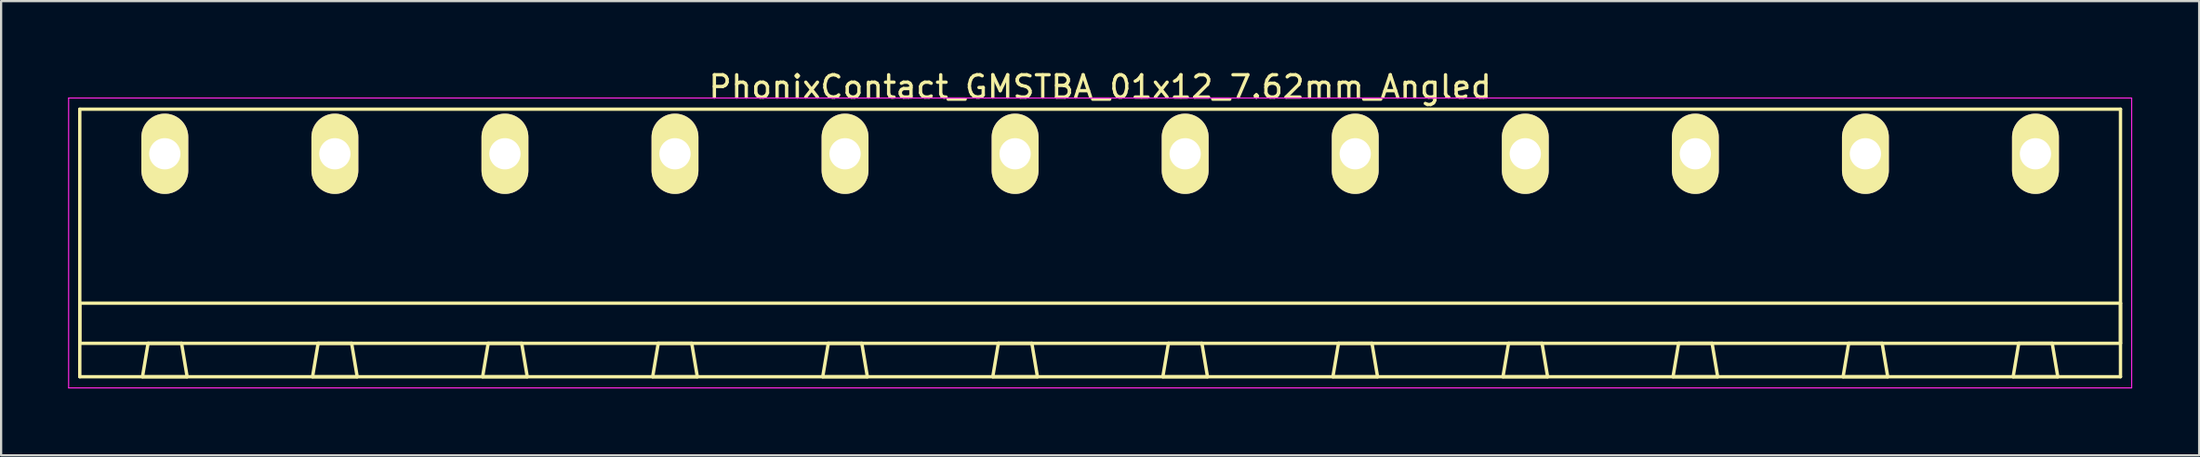
<source format=kicad_pcb>
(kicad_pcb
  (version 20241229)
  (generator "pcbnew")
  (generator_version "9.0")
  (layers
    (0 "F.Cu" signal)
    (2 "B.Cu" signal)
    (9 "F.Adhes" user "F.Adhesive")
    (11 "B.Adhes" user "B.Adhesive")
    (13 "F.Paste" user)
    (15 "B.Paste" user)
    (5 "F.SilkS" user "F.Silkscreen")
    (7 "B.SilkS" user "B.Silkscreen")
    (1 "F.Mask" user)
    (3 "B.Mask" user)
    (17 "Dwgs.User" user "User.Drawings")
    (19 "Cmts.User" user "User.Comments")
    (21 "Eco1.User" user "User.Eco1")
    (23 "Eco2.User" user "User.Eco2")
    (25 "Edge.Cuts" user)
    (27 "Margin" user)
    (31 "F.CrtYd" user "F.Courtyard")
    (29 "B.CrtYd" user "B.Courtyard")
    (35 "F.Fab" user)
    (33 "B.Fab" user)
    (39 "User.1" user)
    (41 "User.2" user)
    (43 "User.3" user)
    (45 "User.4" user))
  (footprint "PhonixContact_GMSTBA_01x12_7.62mm_Angled"
    (layer "F.Cu")
    (at 4.335 3.848)
    (property "Reference" "PhonixContact_GMSTBA_01x12_7.62mm_Angled" (at 41.91 -3 0) (layer "F.SilkS") (effects (font (size 1 1) (thickness 0.15))))
    (attr through_hole)
    (fp_line (start -3.81 -2) (end -3.81 10) (stroke (width 0.15) (type solid)) (layer "F.SilkS"))
    (fp_line (start -3.81 6.7) (end 87.63 6.7) (stroke (width 0.15) (type solid)) (layer "F.SilkS"))
    (fp_line (start -3.81 8.5) (end -3.81 6.7) (stroke (width 0.15) (type solid)) (layer "F.SilkS"))
    (fp_line (start -3.81 10) (end 87.63 10) (stroke (width 0.15) (type solid)) (layer "F.SilkS"))
    (fp_line (start -1 10) (end 1 10) (stroke (width 0.15) (type solid)) (layer "F.SilkS"))
    (fp_line (start -0.75 8.5) (end -1 10) (stroke (width 0.15) (type solid)) (layer "F.SilkS"))
    (fp_line (start 0.75 8.5) (end -0.75 8.5) (stroke (width 0.15) (type solid)) (layer "F.SilkS"))
    (fp_line (start 1 10) (end 0.75 8.5) (stroke (width 0.15) (type solid)) (layer "F.SilkS"))
    (fp_line (start 6.62 10) (end 8.62 10) (stroke (width 0.15) (type solid)) (layer "F.SilkS"))
    (fp_line (start 6.87 8.5) (end 6.62 10) (stroke (width 0.15) (type solid)) (layer "F.SilkS"))
    (fp_line (start 8.37 8.5) (end 6.87 8.5) (stroke (width 0.15) (type solid)) (layer "F.SilkS"))
    (fp_line (start 8.62 10) (end 8.37 8.5) (stroke (width 0.15) (type solid)) (layer "F.SilkS"))
    (fp_line (start 14.24 10) (end 16.24 10) (stroke (width 0.15) (type solid)) (layer "F.SilkS"))
    (fp_line (start 14.49 8.5) (end 14.24 10) (stroke (width 0.15) (type solid)) (layer "F.SilkS"))
    (fp_line (start 15.99 8.5) (end 14.49 8.5) (stroke (width 0.15) (type solid)) (layer "F.SilkS"))
    (fp_line (start 16.24 10) (end 15.99 8.5) (stroke (width 0.15) (type solid)) (layer "F.SilkS"))
    (fp_line (start 21.86 10) (end 23.86 10) (stroke (width 0.15) (type solid)) (layer "F.SilkS"))
    (fp_line (start 22.11 8.5) (end 21.86 10) (stroke (width 0.15) (type solid)) (layer "F.SilkS"))
    (fp_line (start 23.61 8.5) (end 22.11 8.5) (stroke (width 0.15) (type solid)) (layer "F.SilkS"))
    (fp_line (start 23.86 10) (end 23.61 8.5) (stroke (width 0.15) (type solid)) (layer "F.SilkS"))
    (fp_line (start 29.48 10) (end 31.48 10) (stroke (width 0.15) (type solid)) (layer "F.SilkS"))
    (fp_line (start 29.73 8.5) (end 29.48 10) (stroke (width 0.15) (type solid)) (layer "F.SilkS"))
    (fp_line (start 31.23 8.5) (end 29.73 8.5) (stroke (width 0.15) (type solid)) (layer "F.SilkS"))
    (fp_line (start 31.48 10) (end 31.23 8.5) (stroke (width 0.15) (type solid)) (layer "F.SilkS"))
    (fp_line (start 37.1 10) (end 39.1 10) (stroke (width 0.15) (type solid)) (layer "F.SilkS"))
    (fp_line (start 37.35 8.5) (end 37.1 10) (stroke (width 0.15) (type solid)) (layer "F.SilkS"))
    (fp_line (start 38.85 8.5) (end 37.35 8.5) (stroke (width 0.15) (type solid)) (layer "F.SilkS"))
    (fp_line (start 39.1 10) (end 38.85 8.5) (stroke (width 0.15) (type solid)) (layer "F.SilkS"))
    (fp_line (start 44.72 10) (end 46.72 10) (stroke (width 0.15) (type solid)) (layer "F.SilkS"))
    (fp_line (start 44.97 8.5) (end 44.72 10) (stroke (width 0.15) (type solid)) (layer "F.SilkS"))
    (fp_line (start 46.47 8.5) (end 44.97 8.5) (stroke (width 0.15) (type solid)) (layer "F.SilkS"))
    (fp_line (start 46.72 10) (end 46.47 8.5) (stroke (width 0.15) (type solid)) (layer "F.SilkS"))
    (fp_line (start 52.34 10) (end 54.34 10) (stroke (width 0.15) (type solid)) (layer "F.SilkS"))
    (fp_line (start 52.59 8.5) (end 52.34 10) (stroke (width 0.15) (type solid)) (layer "F.SilkS"))
    (fp_line (start 54.09 8.5) (end 52.59 8.5) (stroke (width 0.15) (type solid)) (layer "F.SilkS"))
    (fp_line (start 54.34 10) (end 54.09 8.5) (stroke (width 0.15) (type solid)) (layer "F.SilkS"))
    (fp_line (start 59.96 10) (end 61.96 10) (stroke (width 0.15) (type solid)) (layer "F.SilkS"))
    (fp_line (start 60.21 8.5) (end 59.96 10) (stroke (width 0.15) (type solid)) (layer "F.SilkS"))
    (fp_line (start 61.71 8.5) (end 60.21 8.5) (stroke (width 0.15) (type solid)) (layer "F.SilkS"))
    (fp_line (start 61.96 10) (end 61.71 8.5) (stroke (width 0.15) (type solid)) (layer "F.SilkS"))
    (fp_line (start 67.58 10) (end 69.58 10) (stroke (width 0.15) (type solid)) (layer "F.SilkS"))
    (fp_line (start 67.83 8.5) (end 67.58 10) (stroke (width 0.15) (type solid)) (layer "F.SilkS"))
    (fp_line (start 69.33 8.5) (end 67.83 8.5) (stroke (width 0.15) (type solid)) (layer "F.SilkS"))
    (fp_line (start 69.58 10) (end 69.33 8.5) (stroke (width 0.15) (type solid)) (layer "F.SilkS"))
    (fp_line (start 75.2 10) (end 77.2 10) (stroke (width 0.15) (type solid)) (layer "F.SilkS"))
    (fp_line (start 75.45 8.5) (end 75.2 10) (stroke (width 0.15) (type solid)) (layer "F.SilkS"))
    (fp_line (start 76.95 8.5) (end 75.45 8.5) (stroke (width 0.15) (type solid)) (layer "F.SilkS"))
    (fp_line (start 77.2 10) (end 76.95 8.5) (stroke (width 0.15) (type solid)) (layer "F.SilkS"))
    (fp_line (start 82.82 10) (end 84.82 10) (stroke (width 0.15) (type solid)) (layer "F.SilkS"))
    (fp_line (start 83.07 8.5) (end 82.82 10) (stroke (width 0.15) (type solid)) (layer "F.SilkS"))
    (fp_line (start 84.57 8.5) (end 83.07 8.5) (stroke (width 0.15) (type solid)) (layer "F.SilkS"))
    (fp_line (start 84.82 10) (end 84.57 8.5) (stroke (width 0.15) (type solid)) (layer "F.SilkS"))
    (fp_line (start 87.63 -2) (end -3.81 -2) (stroke (width 0.15) (type solid)) (layer "F.SilkS"))
    (fp_line (start 87.63 6.7) (end 87.63 8.5) (stroke (width 0.15) (type solid)) (layer "F.SilkS"))
    (fp_line (start 87.63 8.5) (end -3.81 8.5) (stroke (width 0.15) (type solid)) (layer "F.SilkS"))
    (fp_line (start 87.63 10) (end 87.63 -2) (stroke (width 0.15) (type solid)) (layer "F.SilkS"))
    (fp_line (start -4.31 -2.5) (end -4.31 10.5) (stroke (width 0.05) (type solid)) (layer "F.CrtYd"))
    (fp_line (start -4.31 10.5) (end 88.13 10.5) (stroke (width 0.05) (type solid)) (layer "F.CrtYd"))
    (fp_line (start 88.13 -2.5) (end -4.31 -2.5) (stroke (width 0.05) (type solid)) (layer "F.CrtYd"))
    (fp_line (start 88.13 10.5) (end 88.13 -2.5) (stroke (width 0.05) (type solid)) (layer "F.CrtYd"))
    (pad "1" thru_hole oval (at 0 0) (size 2.1 3.6) (drill 1.4) (layers "*.Cu" "*.Mask" "F.SilkS"))
    (pad "2" thru_hole oval (at 7.62 0) (size 2.1 3.6) (drill 1.4) (layers "*.Cu" "*.Mask" "F.SilkS"))
    (pad "3" thru_hole oval (at 15.24 0) (size 2.1 3.6) (drill 1.4) (layers "*.Cu" "*.Mask" "F.SilkS"))
    (pad "4" thru_hole oval (at 22.86 0) (size 2.1 3.6) (drill 1.4) (layers "*.Cu" "*.Mask" "F.SilkS"))
    (pad "5" thru_hole oval (at 30.48 0) (size 2.1 3.6) (drill 1.4) (layers "*.Cu" "*.Mask" "F.SilkS"))
    (pad "6" thru_hole oval (at 38.1 0) (size 2.1 3.6) (drill 1.4) (layers "*.Cu" "*.Mask" "F.SilkS"))
    (pad "7" thru_hole oval (at 45.72 0) (size 2.1 3.6) (drill 1.4) (layers "*.Cu" "*.Mask" "F.SilkS"))
    (pad "8" thru_hole oval (at 53.34 0) (size 2.1 3.6) (drill 1.4) (layers "*.Cu" "*.Mask" "F.SilkS"))
    (pad "9" thru_hole oval (at 60.96 0) (size 2.1 3.6) (drill 1.4) (layers "*.Cu" "*.Mask" "F.SilkS"))
    (pad "10" thru_hole oval (at 68.58 0) (size 2.1 3.6) (drill 1.4) (layers "*.Cu" "*.Mask" "F.SilkS"))
    (pad "11" thru_hole oval (at 76.2 0) (size 2.1 3.6) (drill 1.4) (layers "*.Cu" "*.Mask" "F.SilkS"))
    (pad "12" thru_hole oval (at 83.82 0) (size 2.1 3.6) (drill 1.4) (layers "*.Cu" "*.Mask" "F.SilkS")))
  (gr_rect
    (start -3 -3)
    (end 95.49 17.373)
    (stroke (width 0.1) (type default))
    (fill no)
    (layer "Edge.Cuts")))
</source>
